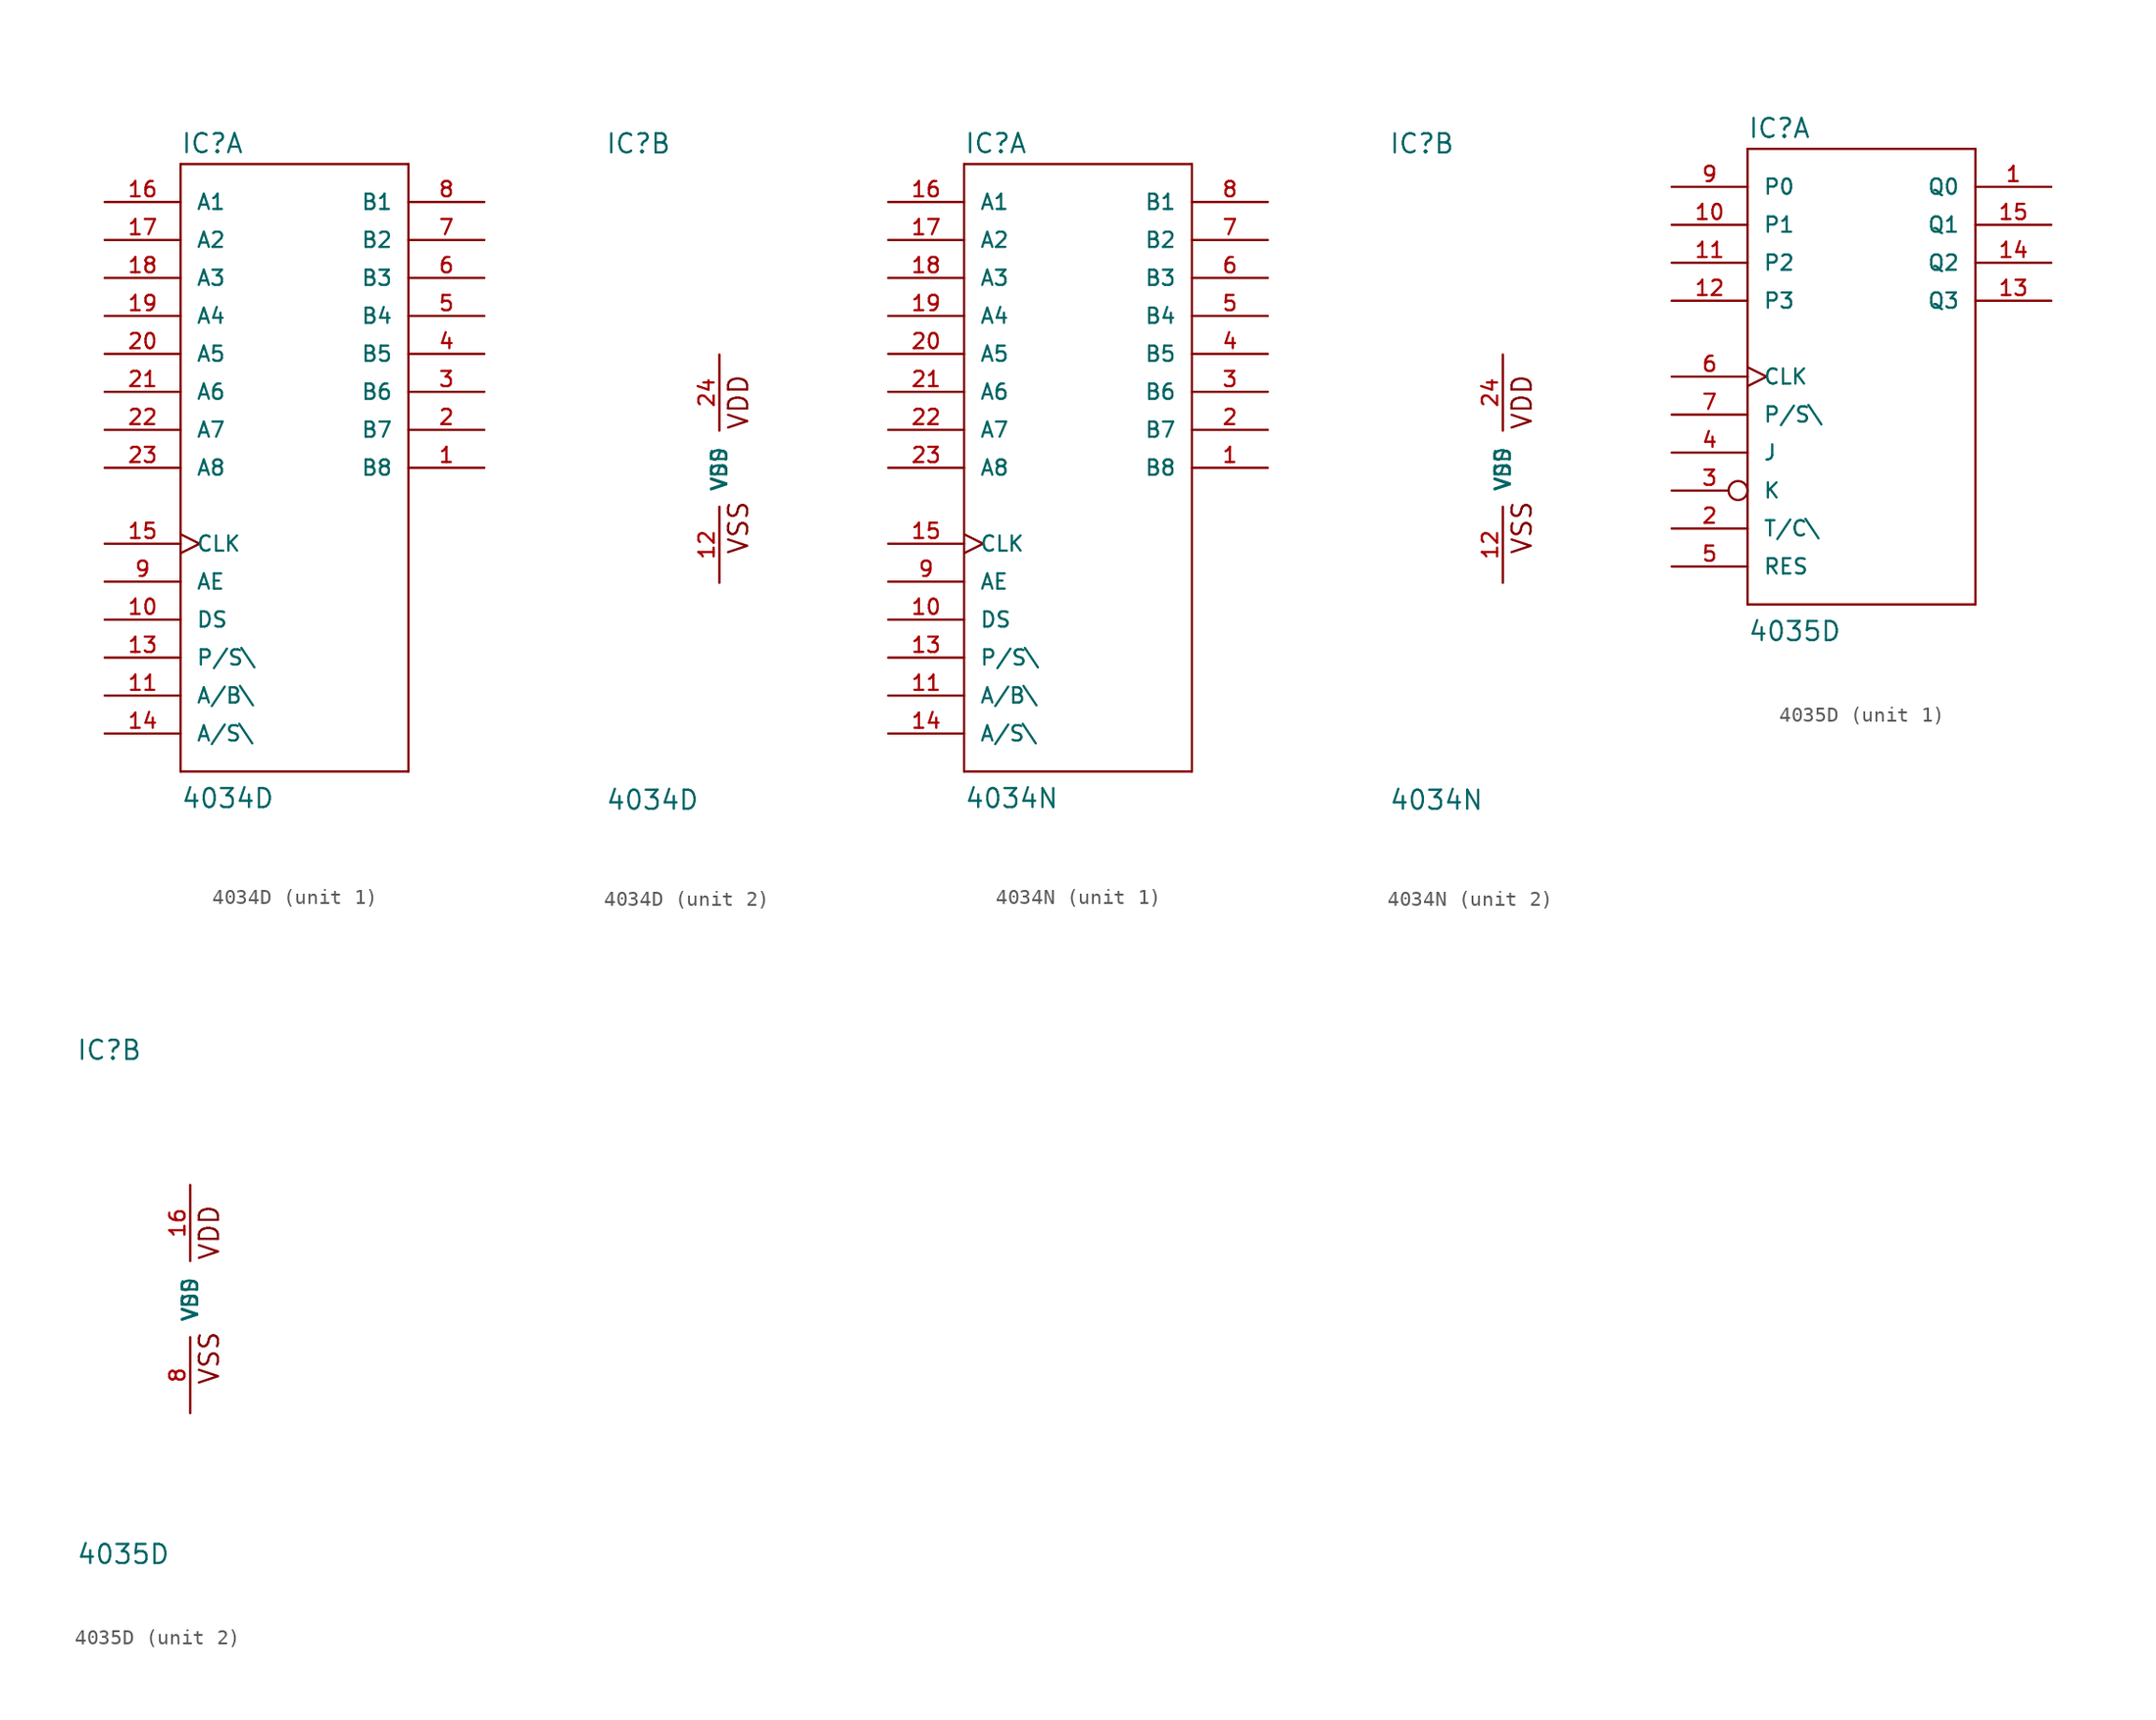
<source format=kicad_sym>
(kicad_symbol_lib
  (version 20211014)
  (generator kicad_symbol_editor)
  (symbol "4034D"
    (pin_names
      (offset 1.016))
    (property "Reference" "IC"
      (at -7.62 20.955 0)
      (effects (font (size 1.27 1.27)) (justify left bottom)))
    (property "Value" "4034D"
      (at -7.62 -22.86 0)
      (effects (font (size 1.27 1.27)) (justify left bottom)))
    (property "ki_locked" ""
      (at 0 0 0)
      (effects (font (size 1.27 1.27))))
    (symbol "4034D_1_0"
      (polyline (pts (xy -7.62 -20.32) (xy 7.62 -20.32)) (stroke (width 0) (type default) (color 0 0 0 0)) (fill (type none)))
      (polyline (pts (xy -7.62 20.32) (xy -7.62 -20.32)) (stroke (width 0) (type default) (color 0 0 0 0)) (fill (type none)))
      (polyline (pts (xy 7.62 -20.32) (xy 7.62 20.32)) (stroke (width 0) (type default) (color 0 0 0 0)) (fill (type none)))
      (polyline (pts (xy 7.62 20.32) (xy -7.62 20.32)) (stroke (width 0) (type default) (color 0 0 0 0)) (fill (type none))))
    (symbol "4034D_1_1"
      (pin bidirectional line (at 12.7 0 180) (length 5.08) (name "B8" (effects (font (size 1.016 1.016)))) (number "1" (effects (font (size 1.016 1.016)))))
      (pin input line (at -12.7 -10.16 0) (length 5.08) (name "DS" (effects (font (size 1.016 1.016)))) (number "10" (effects (font (size 1.016 1.016)))))
      (pin input line (at -12.7 -15.24 0) (length 5.08) (name "A/B\\" (effects (font (size 1.016 1.016)))) (number "11" (effects (font (size 1.016 1.016)))))
      (pin input line (at -12.7 -12.7 0) (length 5.08) (name "P/S\\" (effects (font (size 1.016 1.016)))) (number "13" (effects (font (size 1.016 1.016)))))
      (pin input line (at -12.7 -17.78 0) (length 5.08) (name "A/S\\" (effects (font (size 1.016 1.016)))) (number "14" (effects (font (size 1.016 1.016)))))
      (pin input clock (at -12.7 -5.08 0) (length 5.08) (name "CLK" (effects (font (size 1.016 1.016)))) (number "15" (effects (font (size 1.016 1.016)))))
      (pin bidirectional line (at -12.7 17.78 0) (length 5.08) (name "A1" (effects (font (size 1.016 1.016)))) (number "16" (effects (font (size 1.016 1.016)))))
      (pin bidirectional line (at -12.7 15.24 0) (length 5.08) (name "A2" (effects (font (size 1.016 1.016)))) (number "17" (effects (font (size 1.016 1.016)))))
      (pin bidirectional line (at -12.7 12.7 0) (length 5.08) (name "A3" (effects (font (size 1.016 1.016)))) (number "18" (effects (font (size 1.016 1.016)))))
      (pin bidirectional line (at -12.7 10.16 0) (length 5.08) (name "A4" (effects (font (size 1.016 1.016)))) (number "19" (effects (font (size 1.016 1.016)))))
      (pin bidirectional line (at 12.7 2.54 180) (length 5.08) (name "B7" (effects (font (size 1.016 1.016)))) (number "2" (effects (font (size 1.016 1.016)))))
      (pin bidirectional line (at -12.7 7.62 0) (length 5.08) (name "A5" (effects (font (size 1.016 1.016)))) (number "20" (effects (font (size 1.016 1.016)))))
      (pin bidirectional line (at -12.7 5.08 0) (length 5.08) (name "A6" (effects (font (size 1.016 1.016)))) (number "21" (effects (font (size 1.016 1.016)))))
      (pin bidirectional line (at -12.7 2.54 0) (length 5.08) (name "A7" (effects (font (size 1.016 1.016)))) (number "22" (effects (font (size 1.016 1.016)))))
      (pin bidirectional line (at -12.7 0 0) (length 5.08) (name "A8" (effects (font (size 1.016 1.016)))) (number "23" (effects (font (size 1.016 1.016)))))
      (pin bidirectional line (at 12.7 5.08 180) (length 5.08) (name "B6" (effects (font (size 1.016 1.016)))) (number "3" (effects (font (size 1.016 1.016)))))
      (pin bidirectional line (at 12.7 7.62 180) (length 5.08) (name "B5" (effects (font (size 1.016 1.016)))) (number "4" (effects (font (size 1.016 1.016)))))
      (pin bidirectional line (at 12.7 10.16 180) (length 5.08) (name "B4" (effects (font (size 1.016 1.016)))) (number "5" (effects (font (size 1.016 1.016)))))
      (pin bidirectional line (at 12.7 12.7 180) (length 5.08) (name "B3" (effects (font (size 1.016 1.016)))) (number "6" (effects (font (size 1.016 1.016)))))
      (pin bidirectional line (at 12.7 15.24 180) (length 5.08) (name "B2" (effects (font (size 1.016 1.016)))) (number "7" (effects (font (size 1.016 1.016)))))
      (pin bidirectional line (at 12.7 17.78 180) (length 5.08) (name "B1" (effects (font (size 1.016 1.016)))) (number "8" (effects (font (size 1.016 1.016)))))
      (pin input line (at -12.7 -7.62 0) (length 5.08) (name "AE" (effects (font (size 1.016 1.016)))) (number "9" (effects (font (size 1.016 1.016))))))
    (symbol "4034D_2_0"
      (text "VDD" (at 1.27 4.445 1) (effects (font (size 1.27 1.27))))
      (text "VSS" (at 1.27 -3.937 1) (effects (font (size 1.27 1.27)))))
    (symbol "4034D_2_1"
      (pin power_in line (at 0 -7.62 90) (length 5.08) (name "VSS" (effects (font (size 1.016 1.016)))) (number "12" (effects (font (size 1.016 1.016)))))
      (pin power_in line (at 0 7.62 270) (length 5.08) (name "VDD" (effects (font (size 1.016 1.016)))) (number "24" (effects (font (size 1.016 1.016)))))))
  (symbol "4034N"
    (pin_names
      (offset 1.016))
    (property "Reference" "IC"
      (at -7.62 20.955 0)
      (effects (font (size 1.27 1.27)) (justify left bottom)))
    (property "Value" "4034N"
      (at -7.62 -22.86 0)
      (effects (font (size 1.27 1.27)) (justify left bottom)))
    (property "ki_locked" ""
      (at 0 0 0)
      (effects (font (size 1.27 1.27))))
    (symbol "4034N_1_0"
      (polyline (pts (xy -7.62 -20.32) (xy 7.62 -20.32)) (stroke (width 0) (type default) (color 0 0 0 0)) (fill (type none)))
      (polyline (pts (xy -7.62 20.32) (xy -7.62 -20.32)) (stroke (width 0) (type default) (color 0 0 0 0)) (fill (type none)))
      (polyline (pts (xy 7.62 -20.32) (xy 7.62 20.32)) (stroke (width 0) (type default) (color 0 0 0 0)) (fill (type none)))
      (polyline (pts (xy 7.62 20.32) (xy -7.62 20.32)) (stroke (width 0) (type default) (color 0 0 0 0)) (fill (type none))))
    (symbol "4034N_1_1"
      (pin bidirectional line (at 12.7 0 180) (length 5.08) (name "B8" (effects (font (size 1.016 1.016)))) (number "1" (effects (font (size 1.016 1.016)))))
      (pin input line (at -12.7 -10.16 0) (length 5.08) (name "DS" (effects (font (size 1.016 1.016)))) (number "10" (effects (font (size 1.016 1.016)))))
      (pin input line (at -12.7 -15.24 0) (length 5.08) (name "A/B\\" (effects (font (size 1.016 1.016)))) (number "11" (effects (font (size 1.016 1.016)))))
      (pin input line (at -12.7 -12.7 0) (length 5.08) (name "P/S\\" (effects (font (size 1.016 1.016)))) (number "13" (effects (font (size 1.016 1.016)))))
      (pin input line (at -12.7 -17.78 0) (length 5.08) (name "A/S\\" (effects (font (size 1.016 1.016)))) (number "14" (effects (font (size 1.016 1.016)))))
      (pin input clock (at -12.7 -5.08 0) (length 5.08) (name "CLK" (effects (font (size 1.016 1.016)))) (number "15" (effects (font (size 1.016 1.016)))))
      (pin bidirectional line (at -12.7 17.78 0) (length 5.08) (name "A1" (effects (font (size 1.016 1.016)))) (number "16" (effects (font (size 1.016 1.016)))))
      (pin bidirectional line (at -12.7 15.24 0) (length 5.08) (name "A2" (effects (font (size 1.016 1.016)))) (number "17" (effects (font (size 1.016 1.016)))))
      (pin bidirectional line (at -12.7 12.7 0) (length 5.08) (name "A3" (effects (font (size 1.016 1.016)))) (number "18" (effects (font (size 1.016 1.016)))))
      (pin bidirectional line (at -12.7 10.16 0) (length 5.08) (name "A4" (effects (font (size 1.016 1.016)))) (number "19" (effects (font (size 1.016 1.016)))))
      (pin bidirectional line (at 12.7 2.54 180) (length 5.08) (name "B7" (effects (font (size 1.016 1.016)))) (number "2" (effects (font (size 1.016 1.016)))))
      (pin bidirectional line (at -12.7 7.62 0) (length 5.08) (name "A5" (effects (font (size 1.016 1.016)))) (number "20" (effects (font (size 1.016 1.016)))))
      (pin bidirectional line (at -12.7 5.08 0) (length 5.08) (name "A6" (effects (font (size 1.016 1.016)))) (number "21" (effects (font (size 1.016 1.016)))))
      (pin bidirectional line (at -12.7 2.54 0) (length 5.08) (name "A7" (effects (font (size 1.016 1.016)))) (number "22" (effects (font (size 1.016 1.016)))))
      (pin bidirectional line (at -12.7 0 0) (length 5.08) (name "A8" (effects (font (size 1.016 1.016)))) (number "23" (effects (font (size 1.016 1.016)))))
      (pin bidirectional line (at 12.7 5.08 180) (length 5.08) (name "B6" (effects (font (size 1.016 1.016)))) (number "3" (effects (font (size 1.016 1.016)))))
      (pin bidirectional line (at 12.7 7.62 180) (length 5.08) (name "B5" (effects (font (size 1.016 1.016)))) (number "4" (effects (font (size 1.016 1.016)))))
      (pin bidirectional line (at 12.7 10.16 180) (length 5.08) (name "B4" (effects (font (size 1.016 1.016)))) (number "5" (effects (font (size 1.016 1.016)))))
      (pin bidirectional line (at 12.7 12.7 180) (length 5.08) (name "B3" (effects (font (size 1.016 1.016)))) (number "6" (effects (font (size 1.016 1.016)))))
      (pin bidirectional line (at 12.7 15.24 180) (length 5.08) (name "B2" (effects (font (size 1.016 1.016)))) (number "7" (effects (font (size 1.016 1.016)))))
      (pin bidirectional line (at 12.7 17.78 180) (length 5.08) (name "B1" (effects (font (size 1.016 1.016)))) (number "8" (effects (font (size 1.016 1.016)))))
      (pin input line (at -12.7 -7.62 0) (length 5.08) (name "AE" (effects (font (size 1.016 1.016)))) (number "9" (effects (font (size 1.016 1.016))))))
    (symbol "4034N_2_0"
      (text "VDD" (at 1.27 4.445 1) (effects (font (size 1.27 1.27))))
      (text "VSS" (at 1.27 -3.937 1) (effects (font (size 1.27 1.27)))))
    (symbol "4034N_2_1"
      (pin power_in line (at 0 -7.62 90) (length 5.08) (name "VSS" (effects (font (size 1.016 1.016)))) (number "12" (effects (font (size 1.016 1.016)))))
      (pin power_in line (at 0 7.62 270) (length 5.08) (name "VDD" (effects (font (size 1.016 1.016)))) (number "24" (effects (font (size 1.016 1.016)))))))
  (symbol "4035D"
    (pin_names
      (offset 1.016))
    (property "Reference" "IC"
      (at -7.62 15.875 0)
      (effects (font (size 1.27 1.27)) (justify left bottom)))
    (property "Value" "4035D"
      (at -7.62 -17.78 0)
      (effects (font (size 1.27 1.27)) (justify left bottom)))
    (property "ki_locked" ""
      (at 0 0 0)
      (effects (font (size 1.27 1.27))))
    (symbol "4035D_1_0"
      (polyline (pts (xy -7.62 -15.24) (xy 7.62 -15.24)) (stroke (width 0) (type default) (color 0 0 0 0)) (fill (type none)))
      (polyline (pts (xy -7.62 15.24) (xy -7.62 -15.24)) (stroke (width 0) (type default) (color 0 0 0 0)) (fill (type none)))
      (polyline (pts (xy 7.62 -15.24) (xy 7.62 15.24)) (stroke (width 0) (type default) (color 0 0 0 0)) (fill (type none)))
      (polyline (pts (xy 7.62 15.24) (xy -7.62 15.24)) (stroke (width 0) (type default) (color 0 0 0 0)) (fill (type none))))
    (symbol "4035D_1_1"
      (pin output line (at 12.7 12.7 180) (length 5.08) (name "Q0" (effects (font (size 1.016 1.016)))) (number "1" (effects (font (size 1.016 1.016)))))
      (pin input line (at -12.7 10.16 0) (length 5.08) (name "P1" (effects (font (size 1.016 1.016)))) (number "10" (effects (font (size 1.016 1.016)))))
      (pin input line (at -12.7 7.62 0) (length 5.08) (name "P2" (effects (font (size 1.016 1.016)))) (number "11" (effects (font (size 1.016 1.016)))))
      (pin input line (at -12.7 5.08 0) (length 5.08) (name "P3" (effects (font (size 1.016 1.016)))) (number "12" (effects (font (size 1.016 1.016)))))
      (pin output line (at 12.7 5.08 180) (length 5.08) (name "Q3" (effects (font (size 1.016 1.016)))) (number "13" (effects (font (size 1.016 1.016)))))
      (pin output line (at 12.7 7.62 180) (length 5.08) (name "Q2" (effects (font (size 1.016 1.016)))) (number "14" (effects (font (size 1.016 1.016)))))
      (pin output line (at 12.7 10.16 180) (length 5.08) (name "Q1" (effects (font (size 1.016 1.016)))) (number "15" (effects (font (size 1.016 1.016)))))
      (pin input line (at -12.7 -10.16 0) (length 5.08) (name "T/C\\" (effects (font (size 1.016 1.016)))) (number "2" (effects (font (size 1.016 1.016)))))
      (pin input inverted (at -12.7 -7.62 0) (length 5.08) (name "K" (effects (font (size 1.016 1.016)))) (number "3" (effects (font (size 1.016 1.016)))))
      (pin input line (at -12.7 -5.08 0) (length 5.08) (name "J" (effects (font (size 1.016 1.016)))) (number "4" (effects (font (size 1.016 1.016)))))
      (pin input line (at -12.7 -12.7 0) (length 5.08) (name "RES" (effects (font (size 1.016 1.016)))) (number "5" (effects (font (size 1.016 1.016)))))
      (pin input clock (at -12.7 0 0) (length 5.08) (name "CLK" (effects (font (size 1.016 1.016)))) (number "6" (effects (font (size 1.016 1.016)))))
      (pin input line (at -12.7 -2.54 0) (length 5.08) (name "P/S\\" (effects (font (size 1.016 1.016)))) (number "7" (effects (font (size 1.016 1.016)))))
      (pin input line (at -12.7 12.7 0) (length 5.08) (name "P0" (effects (font (size 1.016 1.016)))) (number "9" (effects (font (size 1.016 1.016))))))
    (symbol "4035D_2_0"
      (text "VDD" (at 1.27 4.445 1) (effects (font (size 1.27 1.27))))
      (text "VSS" (at 1.27 -3.937 1) (effects (font (size 1.27 1.27)))))
    (symbol "4035D_2_1"
      (pin power_in line (at 0 7.62 270) (length 5.08) (name "VDD" (effects (font (size 1.016 1.016)))) (number "16" (effects (font (size 1.016 1.016)))))
      (pin power_in line (at 0 -7.62 90) (length 5.08) (name "VSS" (effects (font (size 1.016 1.016)))) (number "8" (effects (font (size 1.016 1.016))))))))
</source>
